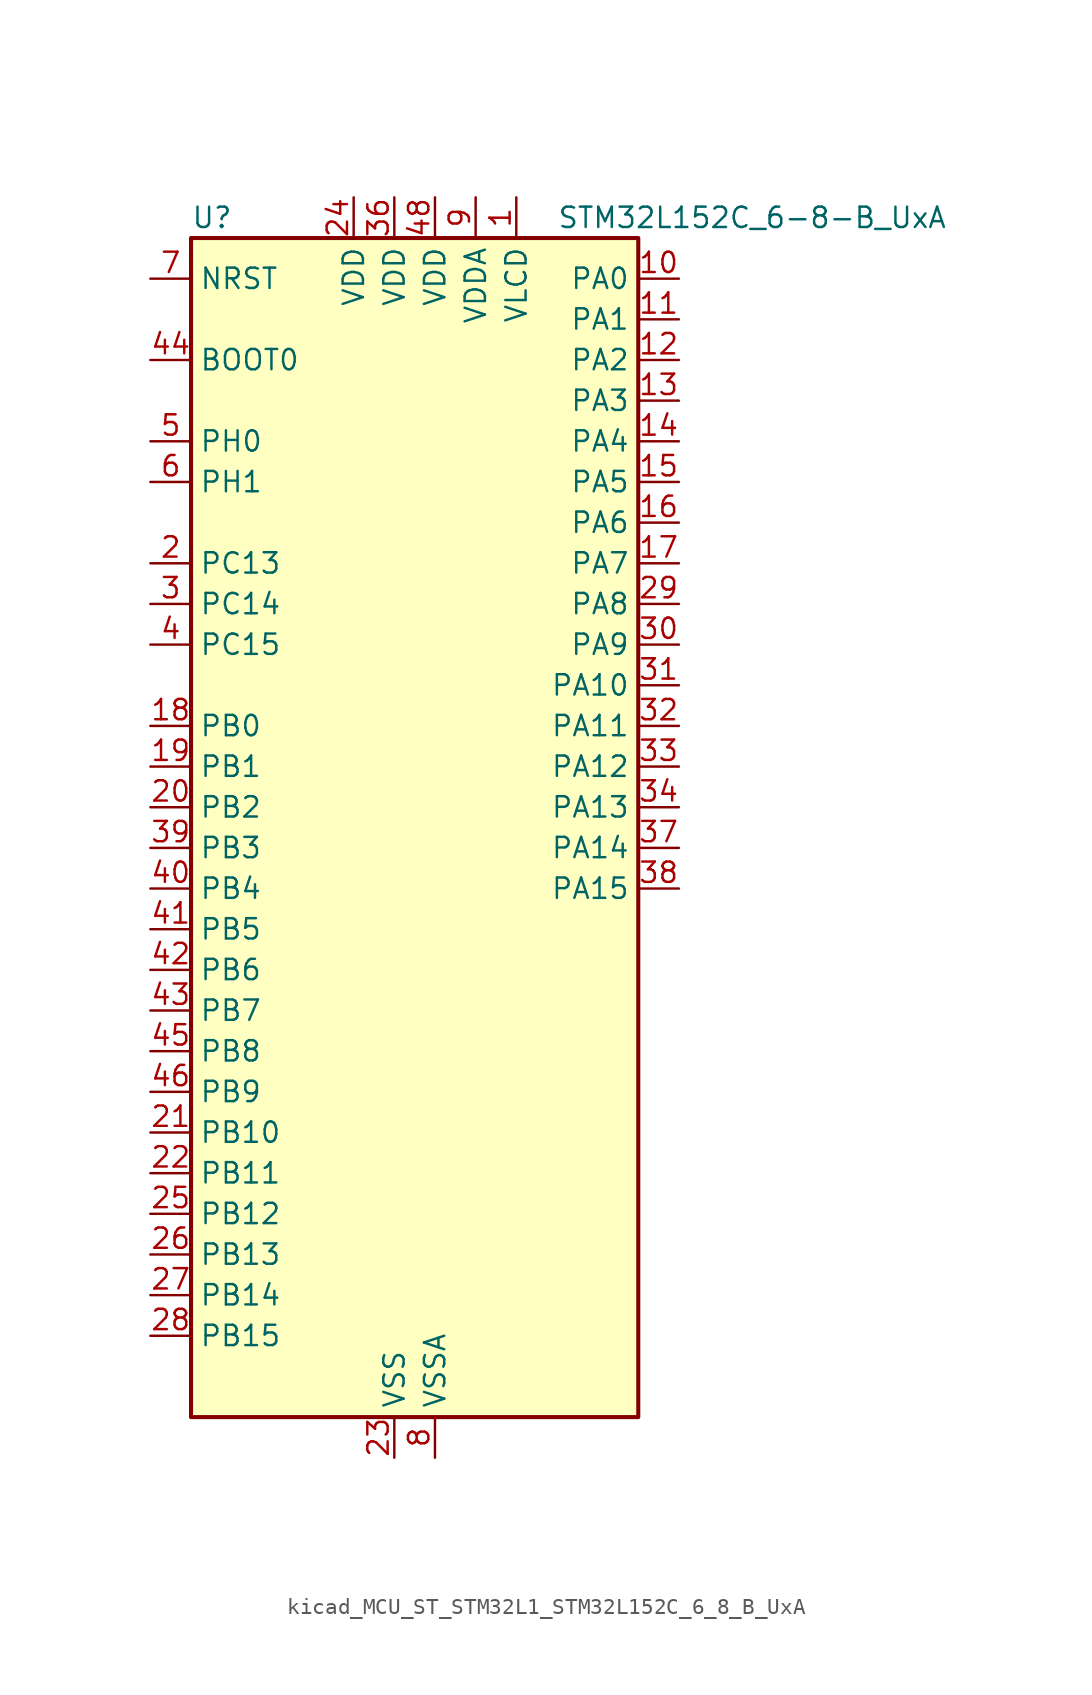
<source format=kicad_sym>
(kicad_symbol_lib
  (version 20220914)
  (generator kicad_symbol_editor)
  (symbol "kicad_MCU_ST_STM32L1_STM32L152C_6_8_B_UxA"
    (property "Reference" "U"
      (at -12.7 39.37 0)
      (effects (font (size 1.27 1.27)) (justify left)))
    (property "Value" "STM32L152C_6-8-B_UxA"
      (at 10.16 39.37 0)
      (effects (font (size 1.27 1.27)) (justify left)))
    (property "ki_locked" ""
      (at 0 0 0)
      (effects (font (size 1.27 1.27))))
    (symbol "kicad_MCU_ST_STM32L1_STM32L152C_6_8_B_UxA_0_1"
      (rectangle (start -12.7 -35.56) (end 15.24 38.1) (stroke (width 0.254) (type default)) (fill (type background))))
    (symbol "kicad_MCU_ST_STM32L1_STM32L152C_6_8_B_UxA_1_1"
      (pin power_in line (at 7.62 40.64 270) (length 2.54) (name "VLCD" (effects (font (size 1.27 1.27)))) (number "1" (effects (font (size 1.27 1.27)))))
      (pin bidirectional line (at 17.78 35.56 180) (length 2.54) (name "PA0" (effects (font (size 1.27 1.27)))) (number "10" (effects (font (size 1.27 1.27)))) (alternate "ADC_IN0" bidirectional line) (alternate "COMP1_INP" bidirectional line) (alternate "RTC_TAMP2" bidirectional line) (alternate "SYS_WKUP1" bidirectional line) (alternate "TIM2_CH1" bidirectional line) (alternate "TIM2_ETR" bidirectional line) (alternate "TIMX_IC1" bidirectional line) (alternate "TS_G1_IO1" bidirectional line) (alternate "USART2_CTS" bidirectional line))
      (pin bidirectional line (at 17.78 33.02 180) (length 2.54) (name "PA1" (effects (font (size 1.27 1.27)))) (number "11" (effects (font (size 1.27 1.27)))) (alternate "ADC_IN1" bidirectional line) (alternate "COMP1_INP" bidirectional line) (alternate "LCD_SEG0" bidirectional line) (alternate "TIM2_CH2" bidirectional line) (alternate "TIMX_IC2" bidirectional line) (alternate "TS_G1_IO2" bidirectional line) (alternate "USART2_RTS" bidirectional line))
      (pin bidirectional line (at 17.78 30.48 180) (length 2.54) (name "PA2" (effects (font (size 1.27 1.27)))) (number "12" (effects (font (size 1.27 1.27)))) (alternate "ADC_IN2" bidirectional line) (alternate "COMP1_INP" bidirectional line) (alternate "LCD_SEG1" bidirectional line) (alternate "TIM2_CH3" bidirectional line) (alternate "TIM9_CH1" bidirectional line) (alternate "TIMX_IC3" bidirectional line) (alternate "TS_G1_IO3" bidirectional line) (alternate "USART2_TX" bidirectional line))
      (pin bidirectional line (at 17.78 27.94 180) (length 2.54) (name "PA3" (effects (font (size 1.27 1.27)))) (number "13" (effects (font (size 1.27 1.27)))) (alternate "ADC_IN3" bidirectional line) (alternate "COMP1_INP" bidirectional line) (alternate "LCD_SEG2" bidirectional line) (alternate "TIM2_CH4" bidirectional line) (alternate "TIM9_CH2" bidirectional line) (alternate "TIMX_IC4" bidirectional line) (alternate "TS_G1_IO4" bidirectional line) (alternate "USART2_RX" bidirectional line))
      (pin bidirectional line (at 17.78 25.4 180) (length 2.54) (name "PA4" (effects (font (size 1.27 1.27)))) (number "14" (effects (font (size 1.27 1.27)))) (alternate "ADC_IN4" bidirectional line) (alternate "COMP1_INP" bidirectional line) (alternate "DAC_OUT1" bidirectional line) (alternate "SPI1_NSS" bidirectional line) (alternate "TIMX_IC1" bidirectional line) (alternate "USART2_CK" bidirectional line))
      (pin bidirectional line (at 17.78 22.86 180) (length 2.54) (name "PA5" (effects (font (size 1.27 1.27)))) (number "15" (effects (font (size 1.27 1.27)))) (alternate "ADC_IN5" bidirectional line) (alternate "COMP1_INP" bidirectional line) (alternate "DAC_OUT2" bidirectional line) (alternate "SPI1_SCK" bidirectional line) (alternate "TIM2_CH1" bidirectional line) (alternate "TIM2_ETR" bidirectional line) (alternate "TIMX_IC2" bidirectional line))
      (pin bidirectional line (at 17.78 20.32 180) (length 2.54) (name "PA6" (effects (font (size 1.27 1.27)))) (number "16" (effects (font (size 1.27 1.27)))) (alternate "ADC_IN6" bidirectional line) (alternate "COMP1_INP" bidirectional line) (alternate "LCD_SEG3" bidirectional line) (alternate "SPI1_MISO" bidirectional line) (alternate "TIM10_CH1" bidirectional line) (alternate "TIM3_CH1" bidirectional line) (alternate "TIMX_IC3" bidirectional line) (alternate "TS_G2_IO1" bidirectional line))
      (pin bidirectional line (at 17.78 17.78 180) (length 2.54) (name "PA7" (effects (font (size 1.27 1.27)))) (number "17" (effects (font (size 1.27 1.27)))) (alternate "ADC_IN7" bidirectional line) (alternate "COMP1_INP" bidirectional line) (alternate "LCD_SEG4" bidirectional line) (alternate "SPI1_MOSI" bidirectional line) (alternate "TIM11_CH1" bidirectional line) (alternate "TIM3_CH2" bidirectional line) (alternate "TIMX_IC4" bidirectional line) (alternate "TS_G2_IO2" bidirectional line))
      (pin bidirectional line (at -15.24 7.62 0) (length 2.54) (name "PB0" (effects (font (size 1.27 1.27)))) (number "18" (effects (font (size 1.27 1.27)))) (alternate "ADC_IN8" bidirectional line) (alternate "COMP1_INP" bidirectional line) (alternate "LCD_SEG5" bidirectional line) (alternate "SYS_V_REF_OUT" bidirectional line) (alternate "TIM3_CH3" bidirectional line) (alternate "TS_G3_IO1" bidirectional line))
      (pin bidirectional line (at -15.24 5.08 0) (length 2.54) (name "PB1" (effects (font (size 1.27 1.27)))) (number "19" (effects (font (size 1.27 1.27)))) (alternate "ADC_IN9" bidirectional line) (alternate "COMP1_INP" bidirectional line) (alternate "LCD_SEG6" bidirectional line) (alternate "SYS_V_REF_OUT" bidirectional line) (alternate "TIM3_CH4" bidirectional line) (alternate "TS_G3_IO2" bidirectional line))
      (pin bidirectional line (at -15.24 17.78 0) (length 2.54) (name "PC13" (effects (font (size 1.27 1.27)))) (number "2" (effects (font (size 1.27 1.27)))) (alternate "RTC_OUT_ALARM" bidirectional line) (alternate "RTC_OUT_CALIB" bidirectional line) (alternate "RTC_TAMP1" bidirectional line) (alternate "RTC_TS" bidirectional line) (alternate "SYS_WKUP2" bidirectional line) (alternate "TIMX_IC2" bidirectional line))
      (pin bidirectional line (at -15.24 2.54 0) (length 2.54) (name "PB2" (effects (font (size 1.27 1.27)))) (number "20" (effects (font (size 1.27 1.27)))) (alternate "TS_G3_IO3" bidirectional line))
      (pin bidirectional line (at -15.24 -17.78 0) (length 2.54) (name "PB10" (effects (font (size 1.27 1.27)))) (number "21" (effects (font (size 1.27 1.27)))) (alternate "I2C2_SCL" bidirectional line) (alternate "LCD_SEG10" bidirectional line) (alternate "TIM2_CH3" bidirectional line) (alternate "USART3_TX" bidirectional line))
      (pin bidirectional line (at -15.24 -20.32 0) (length 2.54) (name "PB11" (effects (font (size 1.27 1.27)))) (number "22" (effects (font (size 1.27 1.27)))) (alternate "ADC_EXTI11" bidirectional line) (alternate "I2C2_SDA" bidirectional line) (alternate "LCD_SEG11" bidirectional line) (alternate "TIM2_CH4" bidirectional line) (alternate "USART3_RX" bidirectional line))
      (pin power_in line (at 0 -38.1 90) (length 2.54) (name "VSS" (effects (font (size 1.27 1.27)))) (number "23" (effects (font (size 1.27 1.27)))))
      (pin power_in line (at -2.54 40.64 270) (length 2.54) (name "VDD" (effects (font (size 1.27 1.27)))) (number "24" (effects (font (size 1.27 1.27)))))
      (pin bidirectional line (at -15.24 -22.86 0) (length 2.54) (name "PB12" (effects (font (size 1.27 1.27)))) (number "25" (effects (font (size 1.27 1.27)))) (alternate "ADC_IN18" bidirectional line) (alternate "COMP1_INP" bidirectional line) (alternate "I2C2_SMBA" bidirectional line) (alternate "LCD_SEG12" bidirectional line) (alternate "SPI2_NSS" bidirectional line) (alternate "TIM10_CH1" bidirectional line) (alternate "TS_G7_IO1" bidirectional line) (alternate "USART3_CK" bidirectional line))
      (pin bidirectional line (at -15.24 -25.4 0) (length 2.54) (name "PB13" (effects (font (size 1.27 1.27)))) (number "26" (effects (font (size 1.27 1.27)))) (alternate "ADC_IN19" bidirectional line) (alternate "COMP1_INP" bidirectional line) (alternate "LCD_SEG13" bidirectional line) (alternate "SPI2_SCK" bidirectional line) (alternate "TIM9_CH1" bidirectional line) (alternate "TS_G7_IO2" bidirectional line) (alternate "USART3_CTS" bidirectional line))
      (pin bidirectional line (at -15.24 -27.94 0) (length 2.54) (name "PB14" (effects (font (size 1.27 1.27)))) (number "27" (effects (font (size 1.27 1.27)))) (alternate "ADC_IN20" bidirectional line) (alternate "COMP1_INP" bidirectional line) (alternate "LCD_SEG14" bidirectional line) (alternate "SPI2_MISO" bidirectional line) (alternate "TIM9_CH2" bidirectional line) (alternate "TS_G7_IO3" bidirectional line) (alternate "USART3_RTS" bidirectional line))
      (pin bidirectional line (at -15.24 -30.48 0) (length 2.54) (name "PB15" (effects (font (size 1.27 1.27)))) (number "28" (effects (font (size 1.27 1.27)))) (alternate "ADC_EXTI15" bidirectional line) (alternate "ADC_IN21" bidirectional line) (alternate "COMP1_INP" bidirectional line) (alternate "LCD_SEG15" bidirectional line) (alternate "RTC_REFIN" bidirectional line) (alternate "SPI2_MOSI" bidirectional line) (alternate "TIM11_CH1" bidirectional line) (alternate "TS_G7_IO4" bidirectional line))
      (pin bidirectional line (at 17.78 15.24 180) (length 2.54) (name "PA8" (effects (font (size 1.27 1.27)))) (number "29" (effects (font (size 1.27 1.27)))) (alternate "LCD_COM0" bidirectional line) (alternate "RCC_MCO" bidirectional line) (alternate "TIMX_IC1" bidirectional line) (alternate "TS_G4_IO1" bidirectional line) (alternate "USART1_CK" bidirectional line))
      (pin bidirectional line (at -15.24 15.24 0) (length 2.54) (name "PC14" (effects (font (size 1.27 1.27)))) (number "3" (effects (font (size 1.27 1.27)))) (alternate "RCC_OSC32_IN" bidirectional line) (alternate "TIMX_IC3" bidirectional line))
      (pin bidirectional line (at 17.78 12.7 180) (length 2.54) (name "PA9" (effects (font (size 1.27 1.27)))) (number "30" (effects (font (size 1.27 1.27)))) (alternate "DAC_EXTI9" bidirectional line) (alternate "LCD_COM1" bidirectional line) (alternate "TIMX_IC2" bidirectional line) (alternate "TS_G4_IO2" bidirectional line) (alternate "USART1_TX" bidirectional line))
      (pin bidirectional line (at 17.78 10.16 180) (length 2.54) (name "PA10" (effects (font (size 1.27 1.27)))) (number "31" (effects (font (size 1.27 1.27)))) (alternate "LCD_COM2" bidirectional line) (alternate "TIMX_IC3" bidirectional line) (alternate "TS_G4_IO3" bidirectional line) (alternate "USART1_RX" bidirectional line))
      (pin bidirectional line (at 17.78 7.62 180) (length 2.54) (name "PA11" (effects (font (size 1.27 1.27)))) (number "32" (effects (font (size 1.27 1.27)))) (alternate "ADC_EXTI11" bidirectional line) (alternate "SPI1_MISO" bidirectional line) (alternate "TIMX_IC4" bidirectional line) (alternate "USART1_CTS" bidirectional line) (alternate "USB_DM" bidirectional line))
      (pin bidirectional line (at 17.78 5.08 180) (length 2.54) (name "PA12" (effects (font (size 1.27 1.27)))) (number "33" (effects (font (size 1.27 1.27)))) (alternate "SPI1_MOSI" bidirectional line) (alternate "TIMX_IC1" bidirectional line) (alternate "USART1_RTS" bidirectional line) (alternate "USB_DP" bidirectional line))
      (pin bidirectional line (at 17.78 2.54 180) (length 2.54) (name "PA13" (effects (font (size 1.27 1.27)))) (number "34" (effects (font (size 1.27 1.27)))) (alternate "SYS_JTMS-SWDIO" bidirectional line) (alternate "TIMX_IC2" bidirectional line) (alternate "TS_G5_IO1" bidirectional line))
      (pin passive line (at 0 -38.1 90) (length 2.54) hide (name "VSS" (effects (font (size 1.27 1.27)))) (number "35" (effects (font (size 1.27 1.27)))))
      (pin power_in line (at 0 40.64 270) (length 2.54) (name "VDD" (effects (font (size 1.27 1.27)))) (number "36" (effects (font (size 1.27 1.27)))))
      (pin bidirectional line (at 17.78 0 180) (length 2.54) (name "PA14" (effects (font (size 1.27 1.27)))) (number "37" (effects (font (size 1.27 1.27)))) (alternate "SYS_JTCK-SWCLK" bidirectional line) (alternate "TIMX_IC3" bidirectional line) (alternate "TS_G5_IO2" bidirectional line))
      (pin bidirectional line (at 17.78 -2.54 180) (length 2.54) (name "PA15" (effects (font (size 1.27 1.27)))) (number "38" (effects (font (size 1.27 1.27)))) (alternate "ADC_EXTI15" bidirectional line) (alternate "LCD_SEG17" bidirectional line) (alternate "SPI1_NSS" bidirectional line) (alternate "SYS_JTDI" bidirectional line) (alternate "TIM2_CH1" bidirectional line) (alternate "TIM2_ETR" bidirectional line) (alternate "TIMX_IC4" bidirectional line) (alternate "TS_G5_IO3" bidirectional line))
      (pin bidirectional line (at -15.24 0 0) (length 2.54) (name "PB3" (effects (font (size 1.27 1.27)))) (number "39" (effects (font (size 1.27 1.27)))) (alternate "COMP2_INM" bidirectional line) (alternate "LCD_SEG7" bidirectional line) (alternate "SPI1_SCK" bidirectional line) (alternate "SYS_JTDO-TRACESWO" bidirectional line) (alternate "TIM2_CH2" bidirectional line))
      (pin bidirectional line (at -15.24 12.7 0) (length 2.54) (name "PC15" (effects (font (size 1.27 1.27)))) (number "4" (effects (font (size 1.27 1.27)))) (alternate "ADC_EXTI15" bidirectional line) (alternate "RCC_OSC32_OUT" bidirectional line) (alternate "TIMX_IC4" bidirectional line))
      (pin bidirectional line (at -15.24 -2.54 0) (length 2.54) (name "PB4" (effects (font (size 1.27 1.27)))) (number "40" (effects (font (size 1.27 1.27)))) (alternate "COMP2_INP" bidirectional line) (alternate "LCD_SEG8" bidirectional line) (alternate "SPI1_MISO" bidirectional line) (alternate "SYS_JTRST" bidirectional line) (alternate "TIM3_CH1" bidirectional line) (alternate "TS_G6_IO1" bidirectional line))
      (pin bidirectional line (at -15.24 -5.08 0) (length 2.54) (name "PB5" (effects (font (size 1.27 1.27)))) (number "41" (effects (font (size 1.27 1.27)))) (alternate "COMP2_INP" bidirectional line) (alternate "I2C1_SMBA" bidirectional line) (alternate "LCD_SEG9" bidirectional line) (alternate "SPI1_MOSI" bidirectional line) (alternate "TIM3_CH2" bidirectional line) (alternate "TS_G6_IO2" bidirectional line))
      (pin bidirectional line (at -15.24 -7.62 0) (length 2.54) (name "PB6" (effects (font (size 1.27 1.27)))) (number "42" (effects (font (size 1.27 1.27)))) (alternate "I2C1_SCL" bidirectional line) (alternate "TIM4_CH1" bidirectional line) (alternate "TS_G6_IO3" bidirectional line) (alternate "USART1_TX" bidirectional line))
      (pin bidirectional line (at -15.24 -10.16 0) (length 2.54) (name "PB7" (effects (font (size 1.27 1.27)))) (number "43" (effects (font (size 1.27 1.27)))) (alternate "I2C1_SDA" bidirectional line) (alternate "SYS_PVD_IN" bidirectional line) (alternate "TIM4_CH2" bidirectional line) (alternate "TS_G6_IO4" bidirectional line) (alternate "USART1_RX" bidirectional line))
      (pin input line (at -15.24 30.48 0) (length 2.54) (name "BOOT0" (effects (font (size 1.27 1.27)))) (number "44" (effects (font (size 1.27 1.27)))))
      (pin bidirectional line (at -15.24 -12.7 0) (length 2.54) (name "PB8" (effects (font (size 1.27 1.27)))) (number "45" (effects (font (size 1.27 1.27)))) (alternate "I2C1_SCL" bidirectional line) (alternate "LCD_SEG16" bidirectional line) (alternate "TIM10_CH1" bidirectional line) (alternate "TIM4_CH3" bidirectional line))
      (pin bidirectional line (at -15.24 -15.24 0) (length 2.54) (name "PB9" (effects (font (size 1.27 1.27)))) (number "46" (effects (font (size 1.27 1.27)))) (alternate "DAC_EXTI9" bidirectional line) (alternate "I2C1_SDA" bidirectional line) (alternate "LCD_COM3" bidirectional line) (alternate "TIM11_CH1" bidirectional line) (alternate "TIM4_CH4" bidirectional line))
      (pin passive line (at 0 -38.1 90) (length 2.54) hide (name "VSS" (effects (font (size 1.27 1.27)))) (number "47" (effects (font (size 1.27 1.27)))))
      (pin power_in line (at 2.54 40.64 270) (length 2.54) (name "VDD" (effects (font (size 1.27 1.27)))) (number "48" (effects (font (size 1.27 1.27)))))
      (pin passive line (at 0 -38.1 90) (length 2.54) hide (name "VSS" (effects (font (size 1.27 1.27)))) (number "49" (effects (font (size 1.27 1.27)))))
      (pin bidirectional line (at -15.24 25.4 0) (length 2.54) (name "PH0" (effects (font (size 1.27 1.27)))) (number "5" (effects (font (size 1.27 1.27)))) (alternate "RCC_OSC_IN" bidirectional line))
      (pin bidirectional line (at -15.24 22.86 0) (length 2.54) (name "PH1" (effects (font (size 1.27 1.27)))) (number "6" (effects (font (size 1.27 1.27)))) (alternate "RCC_OSC_OUT" bidirectional line))
      (pin input line (at -15.24 35.56 0) (length 2.54) (name "NRST" (effects (font (size 1.27 1.27)))) (number "7" (effects (font (size 1.27 1.27)))))
      (pin power_in line (at 2.54 -38.1 90) (length 2.54) (name "VSSA" (effects (font (size 1.27 1.27)))) (number "8" (effects (font (size 1.27 1.27)))))
      (pin power_in line (at 5.08 40.64 270) (length 2.54) (name "VDDA" (effects (font (size 1.27 1.27)))) (number "9" (effects (font (size 1.27 1.27))))))))
</source>
